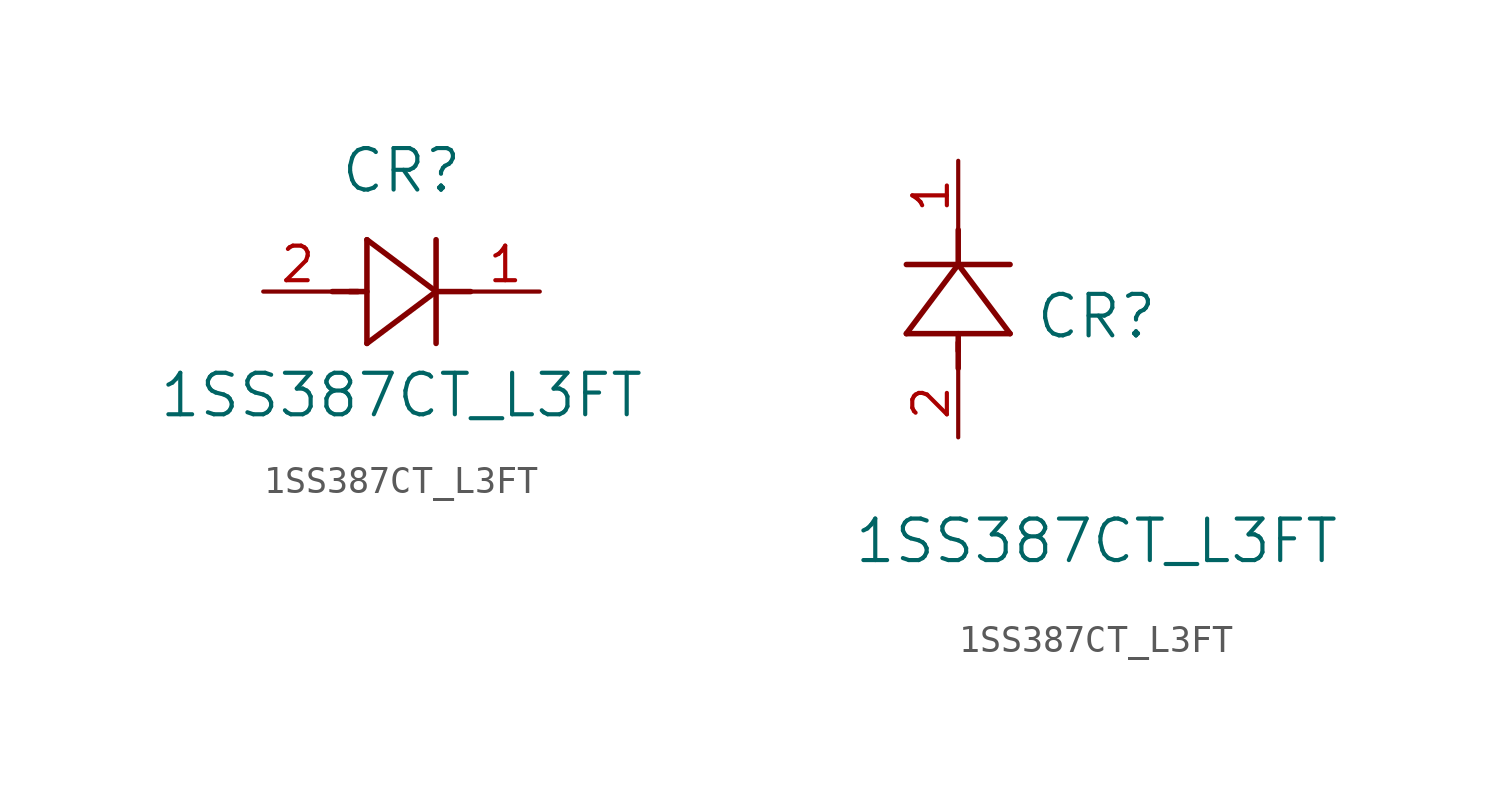
<source format=kicad_sym>
(kicad_symbol_lib
  (version 20211014)
  (generator kicad_symbol_editor)
  (symbol "1SS387CT_L3FT"
    (pin_names
      (offset 0.254))
    (property "Reference" "CR"
      (at 5.08 4.445 0)
      (effects (font (size 1.524 1.524))))
    (property "Value" "1SS387CT_L3FT"
      (at 5.08 -3.81 0)
      (effects (font (size 1.524 1.524))))
    (symbol "1SS387CT_L3FT_1_1"
      (polyline (pts (xy 2.54 0) (xy 3.48 0)) (stroke (width 0.203) (type default) (color 0 0 0 0)) (fill (type none)))
      (polyline (pts (xy 3.81 1.905) (xy 3.81 -1.905)) (stroke (width 0.203) (type default) (color 0 0 0 0)) (fill (type none)))
      (polyline (pts (xy 3.175 0) (xy 3.81 0)) (stroke (width 0.203) (type default) (color 0 0 0 0)) (fill (type none)))
      (polyline (pts (xy 6.35 -1.905) (xy 6.35 1.905)) (stroke (width 0.203) (type default) (color 0 0 0 0)) (fill (type none)))
      (polyline (pts (xy 6.35 0) (xy 7.62 0)) (stroke (width 0.203) (type default) (color 0 0 0 0)) (fill (type none)))
      (polyline (pts (xy 6.35 0) (xy 3.81 1.905)) (stroke (width 0.203) (type default) (color 0 0 0 0)) (fill (type none)))
      (polyline (pts (xy 3.81 -1.905) (xy 6.35 0)) (stroke (width 0.203) (type default) (color 0 0 0 0)) (fill (type none)))
      (pin unspecified line (at 0 0 0) (length 2.54) (name "" (effects (font (size 1.27 1.27)))) (number "2" (effects (font (size 1.27 1.27)))))
      (pin unspecified line (at 10.16 0 180) (length 2.54) (name "" (effects (font (size 1.27 1.27)))) (number "1" (effects (font (size 1.27 1.27))))))
    (symbol "1SS387CT_L3FT_1_2"
      (polyline (pts (xy 0 2.54) (xy 0 3.48)) (stroke (width 0.203) (type default) (color 0 0 0 0)) (fill (type none)))
      (polyline (pts (xy -1.905 3.81) (xy 1.905 3.81)) (stroke (width 0.203) (type default) (color 0 0 0 0)) (fill (type none)))
      (polyline (pts (xy 0 3.175) (xy 0 3.81)) (stroke (width 0.203) (type default) (color 0 0 0 0)) (fill (type none)))
      (polyline (pts (xy 1.905 6.35) (xy -1.905 6.35)) (stroke (width 0.203) (type default) (color 0 0 0 0)) (fill (type none)))
      (polyline (pts (xy 0 6.35) (xy 0 7.62)) (stroke (width 0.203) (type default) (color 0 0 0 0)) (fill (type none)))
      (polyline (pts (xy 0 6.35) (xy -1.905 3.81)) (stroke (width 0.203) (type default) (color 0 0 0 0)) (fill (type none)))
      (polyline (pts (xy 1.905 3.81) (xy 0 6.35)) (stroke (width 0.203) (type default) (color 0 0 0 0)) (fill (type none)))
      (pin unspecified line (at 0 0 90) (length 2.54) (name "" (effects (font (size 1.27 1.27)))) (number "2" (effects (font (size 1.27 1.27)))))
      (pin unspecified line (at 0 10.16 270) (length 2.54) (name "" (effects (font (size 1.27 1.27)))) (number "1" (effects (font (size 1.27 1.27))))))))
</source>
